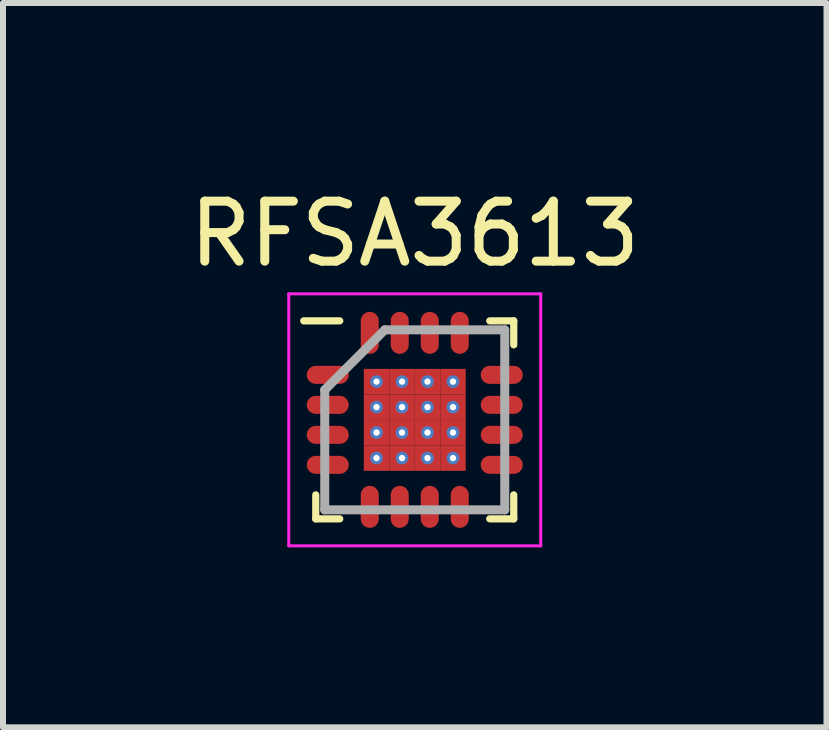
<source format=kicad_pcb>
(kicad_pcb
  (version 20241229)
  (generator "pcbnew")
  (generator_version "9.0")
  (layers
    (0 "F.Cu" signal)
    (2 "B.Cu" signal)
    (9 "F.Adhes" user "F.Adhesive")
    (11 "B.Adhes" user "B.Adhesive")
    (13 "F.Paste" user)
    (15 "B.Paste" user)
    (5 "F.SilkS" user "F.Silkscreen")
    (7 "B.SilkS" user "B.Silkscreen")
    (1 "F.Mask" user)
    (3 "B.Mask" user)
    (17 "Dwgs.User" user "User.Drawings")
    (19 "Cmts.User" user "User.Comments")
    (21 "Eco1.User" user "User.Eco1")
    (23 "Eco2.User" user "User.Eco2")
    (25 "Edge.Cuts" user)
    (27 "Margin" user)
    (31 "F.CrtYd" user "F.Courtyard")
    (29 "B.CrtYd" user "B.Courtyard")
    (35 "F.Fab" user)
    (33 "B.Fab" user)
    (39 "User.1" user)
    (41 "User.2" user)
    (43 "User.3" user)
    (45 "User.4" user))
  (footprint "RFSA3613"
    (layer "F.Cu")
    (at 3.863 3.948)
    (property "Reference" "RFSA3613" (at 0 -3.1 0) (layer "F.SilkS") (effects (font (size 1 1) (thickness 0.15))))
    (attr smd)
    (fp_line (start -1.65 1.65) (end -1.65 1.25) (stroke (width 0.12) (type solid)) (layer "F.SilkS"))
    (fp_line (start -1.25 -1.65) (end -1.85 -1.65) (stroke (width 0.12) (type solid)) (layer "F.SilkS"))
    (fp_line (start -1.25 1.65) (end -1.65 1.65) (stroke (width 0.12) (type solid)) (layer "F.SilkS"))
    (fp_line (start 1.25 -1.65) (end 1.65 -1.65) (stroke (width 0.12) (type solid)) (layer "F.SilkS"))
    (fp_line (start 1.25 1.65) (end 1.65 1.65) (stroke (width 0.12) (type solid)) (layer "F.SilkS"))
    (fp_line (start 1.65 -1.65) (end 1.65 -1.25) (stroke (width 0.12) (type solid)) (layer "F.SilkS"))
    (fp_line (start 1.65 1.65) (end 1.65 1.25) (stroke (width 0.12) (type solid)) (layer "F.SilkS"))
    (fp_line (start -2.1 -2.1) (end 2.1 -2.1) (stroke (width 0.05) (type solid)) (layer "F.CrtYd"))
    (fp_line (start -2.1 2.1) (end -2.1 -2.1) (stroke (width 0.05) (type solid)) (layer "F.CrtYd"))
    (fp_line (start 2.1 -2.1) (end 2.1 2.1) (stroke (width 0.05) (type solid)) (layer "F.CrtYd"))
    (fp_line (start 2.1 2.1) (end -2.1 2.1) (stroke (width 0.05) (type solid)) (layer "F.CrtYd"))
    (fp_line (start -1.5 -0.5) (end -1.5 1.5) (stroke (width 0.15) (type solid)) (layer "F.Fab"))
    (fp_line (start -1.5 1.5) (end 1.5 1.5) (stroke (width 0.15) (type solid)) (layer "F.Fab"))
    (fp_line (start -0.5 -1.5) (end -1.5 -0.5) (stroke (width 0.15) (type solid)) (layer "F.Fab"))
    (fp_line (start 1.5 -1.5) (end -0.5 -1.5) (stroke (width 0.15) (type solid)) (layer "F.Fab"))
    (fp_line (start 1.5 1.5) (end 1.5 -1.5) (stroke (width 0.15) (type solid)) (layer "F.Fab"))
    (pad "1" smd oval (at -1.45 -0.75 90) (size 0.3 0.7) (layers "F.Cu" "F.Mask" "F.Paste"))
    (pad "2" smd oval (at -1.45 -0.25 90) (size 0.3 0.7) (layers "F.Cu" "F.Mask" "F.Paste"))
    (pad "3" smd oval (at -1.45 0.25 90) (size 0.3 0.7) (layers "F.Cu" "F.Mask" "F.Paste"))
    (pad "4" smd oval (at -1.45 0.75 90) (size 0.3 0.7) (layers "F.Cu" "F.Mask" "F.Paste"))
    (pad "5" smd oval (at -0.75 1.45) (size 0.3 0.7) (layers "F.Cu" "F.Mask" "F.Paste"))
    (pad "6" smd oval (at -0.25 1.45) (size 0.3 0.7) (layers "F.Cu" "F.Mask" "F.Paste"))
    (pad "7" smd oval (at 0.25 1.45) (size 0.3 0.7) (layers "F.Cu" "F.Mask" "F.Paste"))
    (pad "8" smd oval (at 0.75 1.45) (size 0.3 0.7) (layers "F.Cu" "F.Mask" "F.Paste"))
    (pad "9" smd oval (at 1.45 0.75 90) (size 0.3 0.7) (layers "F.Cu" "F.Mask" "F.Paste"))
    (pad "10" smd oval (at 1.45 0.25 90) (size 0.3 0.7) (layers "F.Cu" "F.Mask" "F.Paste"))
    (pad "11" smd oval (at 1.45 -0.25 90) (size 0.3 0.7) (layers "F.Cu" "F.Mask" "F.Paste"))
    (pad "12" smd oval (at 1.45 -0.75 90) (size 0.3 0.7) (layers "F.Cu" "F.Mask" "F.Paste"))
    (pad "13" smd oval (at 0.75 -1.45) (size 0.3 0.7) (layers "F.Cu" "F.Mask" "F.Paste"))
    (pad "14" smd oval (at 0.25 -1.45) (size 0.3 0.7) (layers "F.Cu" "F.Mask" "F.Paste"))
    (pad "15" smd oval (at -0.25 -1.45) (size 0.3 0.7) (layers "F.Cu" "F.Mask" "F.Paste"))
    (pad "16" smd oval (at -0.75 -1.45) (size 0.3 0.7) (layers "F.Cu" "F.Mask" "F.Paste"))
    (pad "17" thru_hole circle (at -0.637 -0.637) (size 0.212 0.212) (drill 0.106) (layers "*.Cu" "*.Mask"))
    (pad "17" smd rect (at -0.637 -0.637) (size 0.425 0.425) (layers "F.Cu" "F.Mask" "F.Paste"))
    (pad "17" thru_hole circle (at -0.637 -0.212) (size 0.212 0.212) (drill 0.106) (layers "*.Cu" "*.Mask"))
    (pad "17" smd rect (at -0.637 -0.212) (size 0.425 0.425) (layers "F.Cu" "F.Mask" "F.Paste"))
    (pad "17" thru_hole circle (at -0.637 0.212) (size 0.212 0.212) (drill 0.106) (layers "*.Cu" "*.Mask"))
    (pad "17" smd rect (at -0.637 0.212) (size 0.425 0.425) (layers "F.Cu" "F.Mask" "F.Paste"))
    (pad "17" thru_hole circle (at -0.637 0.637) (size 0.212 0.212) (drill 0.106) (layers "*.Cu" "*.Mask"))
    (pad "17" smd rect (at -0.637 0.637) (size 0.425 0.425) (layers "F.Cu" "F.Mask" "F.Paste"))
    (pad "17" thru_hole circle (at -0.212 -0.637) (size 0.212 0.212) (drill 0.106) (layers "*.Cu" "*.Mask"))
    (pad "17" smd rect (at -0.212 -0.637) (size 0.425 0.425) (layers "F.Cu" "F.Mask" "F.Paste"))
    (pad "17" thru_hole circle (at -0.212 -0.212) (size 0.212 0.212) (drill 0.106) (layers "*.Cu" "*.Mask"))
    (pad "17" smd rect (at -0.212 -0.212) (size 0.425 0.425) (layers "F.Cu" "F.Mask" "F.Paste"))
    (pad "17" thru_hole circle (at -0.212 0.212) (size 0.212 0.212) (drill 0.106) (layers "*.Cu" "*.Mask"))
    (pad "17" smd rect (at -0.212 0.212) (size 0.425 0.425) (layers "F.Cu" "F.Mask" "F.Paste"))
    (pad "17" thru_hole circle (at -0.212 0.637) (size 0.212 0.212) (drill 0.106) (layers "*.Cu" "*.Mask"))
    (pad "17" smd rect (at -0.212 0.637) (size 0.425 0.425) (layers "F.Cu" "F.Mask" "F.Paste"))
    (pad "17" thru_hole circle (at 0.212 -0.637) (size 0.212 0.212) (drill 0.106) (layers "*.Cu" "*.Mask"))
    (pad "17" smd rect (at 0.212 -0.637) (size 0.425 0.425) (layers "F.Cu" "F.Mask" "F.Paste"))
    (pad "17" thru_hole circle (at 0.212 -0.212) (size 0.212 0.212) (drill 0.106) (layers "*.Cu" "*.Mask"))
    (pad "17" smd rect (at 0.212 -0.212) (size 0.425 0.425) (layers "F.Cu" "F.Mask" "F.Paste"))
    (pad "17" thru_hole circle (at 0.212 0.212) (size 0.212 0.212) (drill 0.106) (layers "*.Cu" "*.Mask"))
    (pad "17" smd rect (at 0.212 0.212) (size 0.425 0.425) (layers "F.Cu" "F.Mask" "F.Paste"))
    (pad "17" thru_hole circle (at 0.212 0.637) (size 0.212 0.212) (drill 0.106) (layers "*.Cu" "*.Mask"))
    (pad "17" smd rect (at 0.212 0.637) (size 0.425 0.425) (layers "F.Cu" "F.Mask" "F.Paste"))
    (pad "17" thru_hole circle (at 0.637 -0.637) (size 0.212 0.212) (drill 0.106) (layers "*.Cu" "*.Mask"))
    (pad "17" smd rect (at 0.637 -0.637) (size 0.425 0.425) (layers "F.Cu" "F.Mask" "F.Paste"))
    (pad "17" thru_hole circle (at 0.637 -0.212) (size 0.212 0.212) (drill 0.106) (layers "*.Cu" "*.Mask"))
    (pad "17" smd rect (at 0.637 -0.212) (size 0.425 0.425) (layers "F.Cu" "F.Mask" "F.Paste"))
    (pad "17" thru_hole circle (at 0.637 0.212) (size 0.212 0.212) (drill 0.106) (layers "*.Cu" "*.Mask"))
    (pad "17" smd rect (at 0.637 0.212) (size 0.425 0.425) (layers "F.Cu" "F.Mask" "F.Paste"))
    (pad "17" thru_hole circle (at 0.637 0.637) (size 0.212 0.212) (drill 0.106) (layers "*.Cu" "*.Mask"))
    (pad "17" smd rect (at 0.637 0.637) (size 0.425 0.425) (layers "F.Cu" "F.Mask" "F.Paste")))
  (gr_rect
    (start -3 -3)
    (end 10.726 9.073)
    (stroke (width 0.1) (type default))
    (fill no)
    (layer "Edge.Cuts")))
</source>
